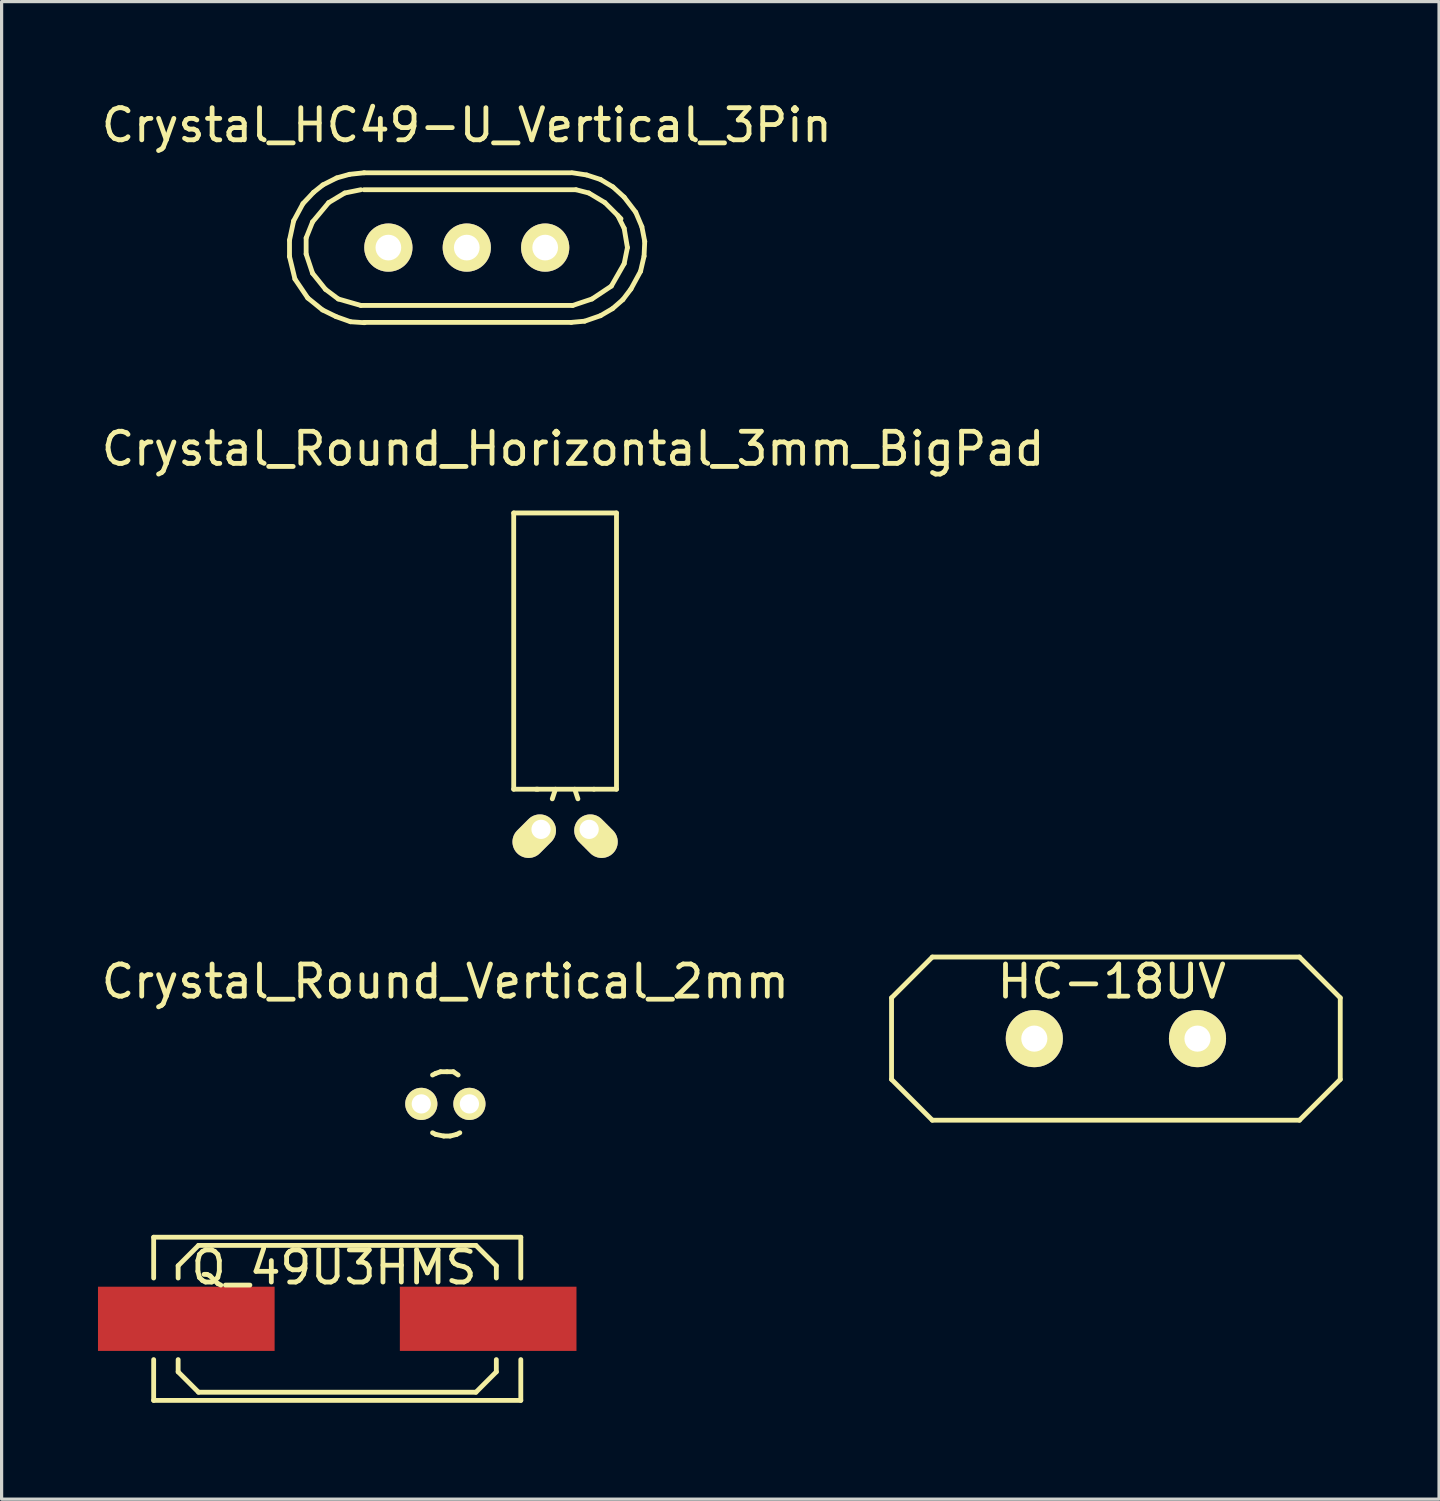
<source format=kicad_pcb>
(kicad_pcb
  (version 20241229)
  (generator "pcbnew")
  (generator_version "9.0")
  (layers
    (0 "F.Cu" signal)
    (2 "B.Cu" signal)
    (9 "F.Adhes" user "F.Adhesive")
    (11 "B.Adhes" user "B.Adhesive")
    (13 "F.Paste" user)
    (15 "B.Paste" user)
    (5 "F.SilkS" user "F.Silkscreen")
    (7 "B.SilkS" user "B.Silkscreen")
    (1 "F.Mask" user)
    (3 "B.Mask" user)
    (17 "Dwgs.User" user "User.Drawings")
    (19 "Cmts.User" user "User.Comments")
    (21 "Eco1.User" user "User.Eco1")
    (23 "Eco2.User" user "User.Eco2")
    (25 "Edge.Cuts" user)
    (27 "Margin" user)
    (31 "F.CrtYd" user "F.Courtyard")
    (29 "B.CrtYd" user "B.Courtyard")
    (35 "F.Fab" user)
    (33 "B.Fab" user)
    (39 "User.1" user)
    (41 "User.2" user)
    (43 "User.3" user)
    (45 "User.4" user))
  (footprint "HC-18UV"
    (layer "F.Cu")
    (at 31.691 29.285)
    (property "Reference" "HC-18UV" (at -0.127 -1.778 0) (layer "F.SilkS") (effects (font (size 1 1) (thickness 0.15))))
    (attr through_hole)
    (fp_line (start -6.985 -1.27) (end -6.985 1.27) (stroke (width 0.15) (type solid)) (layer "F.SilkS"))
    (fp_line (start -6.985 -1.27) (end -5.715 -2.54) (stroke (width 0.15) (type solid)) (layer "F.SilkS"))
    (fp_line (start -6.985 1.27) (end -5.715 2.54) (stroke (width 0.15) (type solid)) (layer "F.SilkS"))
    (fp_line (start -5.715 -2.54) (end 5.715 -2.54) (stroke (width 0.15) (type solid)) (layer "F.SilkS"))
    (fp_line (start -5.715 2.54) (end 5.715 2.54) (stroke (width 0.15) (type solid)) (layer "F.SilkS"))
    (fp_line (start 5.715 -2.54) (end 6.985 -1.27) (stroke (width 0.15) (type solid)) (layer "F.SilkS"))
    (fp_line (start 6.985 1.27) (end 5.715 2.54) (stroke (width 0.15) (type solid)) (layer "F.SilkS"))
    (fp_line (start 6.985 1.27) (end 6.985 -1.27) (stroke (width 0.15) (type solid)) (layer "F.SilkS"))
    (pad "1" thru_hole circle (at -2.54 0) (size 1.778 1.778) (drill 0.813) (layers "*.Cu" "*.Mask" "F.SilkS"))
    (pad "2" thru_hole circle (at 2.54 0) (size 1.778 1.778) (drill 0.813) (layers "*.Cu" "*.Mask" "F.SilkS")))
  (footprint "Crystal_HC49-U_Vertical_3Pin"
    (layer "F.Cu")
    (at 11.482 4.658)
    (property "Reference" "Crystal_HC49-U_Vertical_3Pin" (at 0 -3.81 0) (layer "F.SilkS") (effects (font (size 1 1) (thickness 0.15))))
    (attr through_hole)
    (fp_line (start -5.519 -0.231) (end -5.519 0.279) (stroke (width 0.15) (type solid)) (layer "F.SilkS"))
    (fp_line (start -5.519 0.279) (end -5.349 0.98) (stroke (width 0.15) (type solid)) (layer "F.SilkS"))
    (fp_line (start -5.39 -0.831) (end -5.519 -0.231) (stroke (width 0.15) (type solid)) (layer "F.SilkS"))
    (fp_line (start -5.349 0.98) (end -4.95 1.57) (stroke (width 0.15) (type solid)) (layer "F.SilkS"))
    (fp_line (start -5.1 -1.369) (end -5.39 -0.831) (stroke (width 0.15) (type solid)) (layer "F.SilkS"))
    (fp_line (start -5.001 -0.3) (end -4.801 -0.8) (stroke (width 0.15) (type solid)) (layer "F.SilkS"))
    (fp_line (start -5.001 0.201) (end -5.001 -0.3) (stroke (width 0.15) (type solid)) (layer "F.SilkS"))
    (fp_line (start -4.95 1.57) (end -4.491 1.941) (stroke (width 0.15) (type solid)) (layer "F.SilkS"))
    (fp_line (start -4.801 -0.8) (end -4.3 -1.4) (stroke (width 0.15) (type solid)) (layer "F.SilkS"))
    (fp_line (start -4.801 0.8) (end -5.001 0.201) (stroke (width 0.15) (type solid)) (layer "F.SilkS"))
    (fp_line (start -4.77 -1.72) (end -5.1 -1.369) (stroke (width 0.15) (type solid)) (layer "F.SilkS"))
    (fp_line (start -4.491 1.941) (end -4.069 2.149) (stroke (width 0.15) (type solid)) (layer "F.SilkS"))
    (fp_line (start -4.481 -1.951) (end -4.77 -1.72) (stroke (width 0.15) (type solid)) (layer "F.SilkS"))
    (fp_line (start -4.399 1.3) (end -4.801 0.8) (stroke (width 0.15) (type solid)) (layer "F.SilkS"))
    (fp_line (start -4.3 -1.4) (end -3.8 -1.699) (stroke (width 0.15) (type solid)) (layer "F.SilkS"))
    (fp_line (start -4.069 2.149) (end -3.619 2.309) (stroke (width 0.15) (type solid)) (layer "F.SilkS"))
    (fp_line (start -4.049 -2.169) (end -4.481 -1.951) (stroke (width 0.15) (type solid)) (layer "F.SilkS"))
    (fp_line (start -4 1.6) (end -4.399 1.3) (stroke (width 0.15) (type solid)) (layer "F.SilkS"))
    (fp_line (start -3.8 -1.699) (end -3.299 -1.801) (stroke (width 0.15) (type solid)) (layer "F.SilkS"))
    (fp_line (start -3.65 -2.281) (end -4.049 -2.169) (stroke (width 0.15) (type solid)) (layer "F.SilkS"))
    (fp_line (start -3.619 2.309) (end -3.18 2.339) (stroke (width 0.15) (type solid)) (layer "F.SilkS"))
    (fp_line (start -3.299 1.801) (end -4 1.6) (stroke (width 0.15) (type solid)) (layer "F.SilkS"))
    (fp_line (start -3.2 -2.329) (end 3.251 -2.329) (stroke (width 0.15) (type solid)) (layer "F.SilkS"))
    (fp_line (start -3.2 -1.801) (end 3.401 -1.801) (stroke (width 0.15) (type solid)) (layer "F.SilkS"))
    (fp_line (start -3.2 2.329) (end 3.251 2.329) (stroke (width 0.15) (type solid)) (layer "F.SilkS"))
    (fp_line (start -3.19 -2.329) (end -3.65 -2.281) (stroke (width 0.15) (type solid)) (layer "F.SilkS"))
    (fp_line (start 3.251 2.329) (end 3.67 2.291) (stroke (width 0.15) (type solid)) (layer "F.SilkS"))
    (fp_line (start 3.299 1.801) (end -3.299 1.801) (stroke (width 0.15) (type solid)) (layer "F.SilkS"))
    (fp_line (start 3.401 -1.801) (end 3.8 -1.699) (stroke (width 0.15) (type solid)) (layer "F.SilkS"))
    (fp_line (start 3.67 2.291) (end 4.161 2.121) (stroke (width 0.15) (type solid)) (layer "F.SilkS"))
    (fp_line (start 3.731 -2.261) (end 3.289 -2.329) (stroke (width 0.15) (type solid)) (layer "F.SilkS"))
    (fp_line (start 3.8 -1.699) (end 4.3 -1.4) (stroke (width 0.15) (type solid)) (layer "F.SilkS"))
    (fp_line (start 3.899 1.6) (end 3.299 1.801) (stroke (width 0.15) (type solid)) (layer "F.SilkS"))
    (fp_line (start 4.161 -2.121) (end 3.731 -2.261) (stroke (width 0.15) (type solid)) (layer "F.SilkS"))
    (fp_line (start 4.161 2.121) (end 4.539 1.9) (stroke (width 0.15) (type solid)) (layer "F.SilkS"))
    (fp_line (start 4.3 -1.4) (end 4.801 -0.899) (stroke (width 0.15) (type solid)) (layer "F.SilkS"))
    (fp_line (start 4.501 1.199) (end 3.899 1.6) (stroke (width 0.15) (type solid)) (layer "F.SilkS"))
    (fp_line (start 4.539 1.9) (end 4.859 1.621) (stroke (width 0.15) (type solid)) (layer "F.SilkS"))
    (fp_line (start 4.549 -1.89) (end 4.161 -2.121) (stroke (width 0.15) (type solid)) (layer "F.SilkS"))
    (fp_line (start 4.699 -1.001) (end 4.9 -0.599) (stroke (width 0.15) (type solid)) (layer "F.SilkS"))
    (fp_line (start 4.859 1.621) (end 5.11 1.29) (stroke (width 0.15) (type solid)) (layer "F.SilkS"))
    (fp_line (start 4.9 -1.57) (end 4.549 -1.89) (stroke (width 0.15) (type solid)) (layer "F.SilkS"))
    (fp_line (start 4.9 -0.599) (end 5.001 0) (stroke (width 0.15) (type solid)) (layer "F.SilkS"))
    (fp_line (start 4.9 0.5) (end 4.501 1.199) (stroke (width 0.15) (type solid)) (layer "F.SilkS"))
    (fp_line (start 5.001 0) (end 4.9 0.5) (stroke (width 0.15) (type solid)) (layer "F.SilkS"))
    (fp_line (start 5.11 1.29) (end 5.41 0.739) (stroke (width 0.15) (type solid)) (layer "F.SilkS"))
    (fp_line (start 5.26 -1.1) (end 4.9 -1.57) (stroke (width 0.15) (type solid)) (layer "F.SilkS"))
    (fp_line (start 5.41 0.739) (end 5.519 0.269) (stroke (width 0.15) (type solid)) (layer "F.SilkS"))
    (fp_line (start 5.451 -0.65) (end 5.26 -1.1) (stroke (width 0.15) (type solid)) (layer "F.SilkS"))
    (fp_line (start 5.519 0.269) (end 5.54 -0.191) (stroke (width 0.15) (type solid)) (layer "F.SilkS"))
    (fp_line (start 5.54 -0.191) (end 5.451 -0.65) (stroke (width 0.15) (type solid)) (layer "F.SilkS"))
    (pad "1" thru_hole circle (at -2.441 0) (size 1.501 1.501) (drill 0.8) (layers "*.Cu" "*.Mask" "F.SilkS"))
    (pad "2" thru_hole circle (at 2.441 0) (size 1.501 1.501) (drill 0.8) (layers "*.Cu" "*.Mask" "F.SilkS"))
    (pad "3" thru_hole circle (at 0 0) (size 1.501 1.501) (drill 0.8) (layers "*.Cu" "*.Mask" "F.SilkS")))
  (footprint "Crystal_Round_Vertical_2mm"
    (layer "F.Cu")
    (at 10.815 31.317)
    (property "Reference" "Crystal_Round_Vertical_2mm" (at 0 -3.81 0) (layer "F.SilkS") (effects (font (size 1 1) (thickness 0.15))))
    (attr through_hole)
    (fp_line (start -0.3 -0.95) (end -0.399 -0.899) (stroke (width 0.15) (type solid)) (layer "F.SilkS"))
    (fp_line (start -0.3 0.95) (end -0.399 0.899) (stroke (width 0.15) (type solid)) (layer "F.SilkS"))
    (fp_line (start -0.15 -1.001) (end -0.3 -0.95) (stroke (width 0.15) (type solid)) (layer "F.SilkS"))
    (fp_line (start -0.051 1.001) (end -0.3 0.95) (stroke (width 0.15) (type solid)) (layer "F.SilkS"))
    (fp_line (start 0.051 -1.001) (end -0.15 -1.001) (stroke (width 0.15) (type solid)) (layer "F.SilkS"))
    (fp_line (start 0.15 1.001) (end -0.051 1.001) (stroke (width 0.15) (type solid)) (layer "F.SilkS"))
    (fp_line (start 0.249 -1.001) (end 0.051 -1.001) (stroke (width 0.15) (type solid)) (layer "F.SilkS"))
    (fp_line (start 0.351 0.95) (end 0.15 1.001) (stroke (width 0.15) (type solid)) (layer "F.SilkS"))
    (fp_line (start 0.399 -0.899) (end 0.249 -1.001) (stroke (width 0.15) (type solid)) (layer "F.SilkS"))
    (fp_line (start 0.45 0.899) (end 0.351 0.95) (stroke (width 0.15) (type solid)) (layer "F.SilkS"))
    (pad "1" thru_hole circle (at -0.749 0) (size 1.001 1.001) (drill 0.599) (layers "*.Cu" "*.Mask" "F.SilkS"))
    (pad "2" thru_hole circle (at 0.749 0) (size 1.001 1.001) (drill 0.599) (layers "*.Cu" "*.Mask" "F.SilkS")))
  (footprint "Crystal_Round_Horizontal_3mm_BigPad"
    (layer "F.Cu")
    (at 14.543 22.77)
    (property "Reference" "Crystal_Round_Horizontal_3mm_BigPad" (at 0.249 -11.849 0) (layer "F.SilkS") (effects (font (size 1 1) (thickness 0.15))))
    (attr through_hole)
    (fp_line (start -1.6 -9.85) (end -1.6 -1.25) (stroke (width 0.15) (type solid)) (layer "F.SilkS"))
    (fp_line (start -0.851 -1.25) (end -1.6 -1.25) (stroke (width 0.15) (type solid)) (layer "F.SilkS"))
    (fp_line (start -0.3 -1.25) (end -0.399 -0.95) (stroke (width 0.15) (type solid)) (layer "F.SilkS"))
    (fp_line (start 0.3 -1.25) (end 0.399 -0.95) (stroke (width 0.15) (type solid)) (layer "F.SilkS"))
    (fp_line (start 0.899 -1.25) (end -0.899 -1.25) (stroke (width 0.15) (type solid)) (layer "F.SilkS"))
    (fp_line (start 0.899 -1.25) (end 1.6 -1.25) (stroke (width 0.15) (type solid)) (layer "F.SilkS"))
    (fp_line (start 1.6 -9.85) (end -1.6 -9.85) (stroke (width 0.15) (type solid)) (layer "F.SilkS"))
    (fp_line (start 1.6 -1.25) (end 1.6 -9.85) (stroke (width 0.15) (type solid)) (layer "F.SilkS"))
    (pad "1" thru_hole oval (at -0.749 0 45) (size 1.501 1.001) (drill 0.599 (offset -0.3 0)) (layers "*.Cu" "*.Mask" "F.SilkS"))
    (pad "2" thru_hole oval (at 0.749 0 315) (size 1.501 1.001) (drill 0.599 (offset 0.3 0)) (layers "*.Cu" "*.Mask" "F.SilkS")))
  (footprint "Q_49U3HMS"
    (layer "F.Cu")
    (at 7.449 38.008)
    (property "Reference" "Q_49U3HMS" (at -0.1 -1.6 0) (layer "F.SilkS") (effects (font (size 1 1) (thickness 0.15))))
    (attr through_hole)
    (fp_line (start -5.715 -2.54) (end -5.715 -1.27) (stroke (width 0.15) (type solid)) (layer "F.SilkS"))
    (fp_line (start -5.715 -2.54) (end 5.715 -2.54) (stroke (width 0.15) (type solid)) (layer "F.SilkS"))
    (fp_line (start -5.715 2.54) (end -5.715 1.27) (stroke (width 0.15) (type solid)) (layer "F.SilkS"))
    (fp_line (start -4.953 -1.651) (end -4.953 -1.27) (stroke (width 0.15) (type solid)) (layer "F.SilkS"))
    (fp_line (start -4.953 1.651) (end -4.953 1.27) (stroke (width 0.15) (type solid)) (layer "F.SilkS"))
    (fp_line (start -4.953 1.651) (end -4.318 2.286) (stroke (width 0.15) (type solid)) (layer "F.SilkS"))
    (fp_line (start -4.318 -2.286) (end -4.953 -1.651) (stroke (width 0.15) (type solid)) (layer "F.SilkS"))
    (fp_line (start -4.318 2.286) (end 4.318 2.286) (stroke (width 0.15) (type solid)) (layer "F.SilkS"))
    (fp_line (start 4.318 -2.286) (end -4.318 -2.286) (stroke (width 0.15) (type solid)) (layer "F.SilkS"))
    (fp_line (start 4.318 2.286) (end 4.953 1.651) (stroke (width 0.15) (type solid)) (layer "F.SilkS"))
    (fp_line (start 4.953 -1.651) (end 4.318 -2.286) (stroke (width 0.15) (type solid)) (layer "F.SilkS"))
    (fp_line (start 4.953 -1.651) (end 4.953 -1.27) (stroke (width 0.15) (type solid)) (layer "F.SilkS"))
    (fp_line (start 4.953 1.651) (end 4.953 1.27) (stroke (width 0.15) (type solid)) (layer "F.SilkS"))
    (fp_line (start 5.715 -2.54) (end 5.715 -1.27) (stroke (width 0.15) (type solid)) (layer "F.SilkS"))
    (fp_line (start 5.715 2.54) (end -5.715 2.54) (stroke (width 0.15) (type solid)) (layer "F.SilkS"))
    (fp_line (start 5.715 2.54) (end 5.715 1.27) (stroke (width 0.15) (type solid)) (layer "F.SilkS"))
    (pad "1" smd rect (at -4.699 0) (size 5.499 1.999) (layers "F.Cu" "F.Mask" "F.Paste"))
    (pad "2" smd rect (at 4.699 0) (size 5.499 1.999) (layers "F.Cu" "F.Mask" "F.Paste")))
  (gr_rect
    (start -3 -3)
    (end 41.751 43.623)
    (stroke (width 0.1) (type default))
    (fill no)
    (layer "Edge.Cuts")))
</source>
